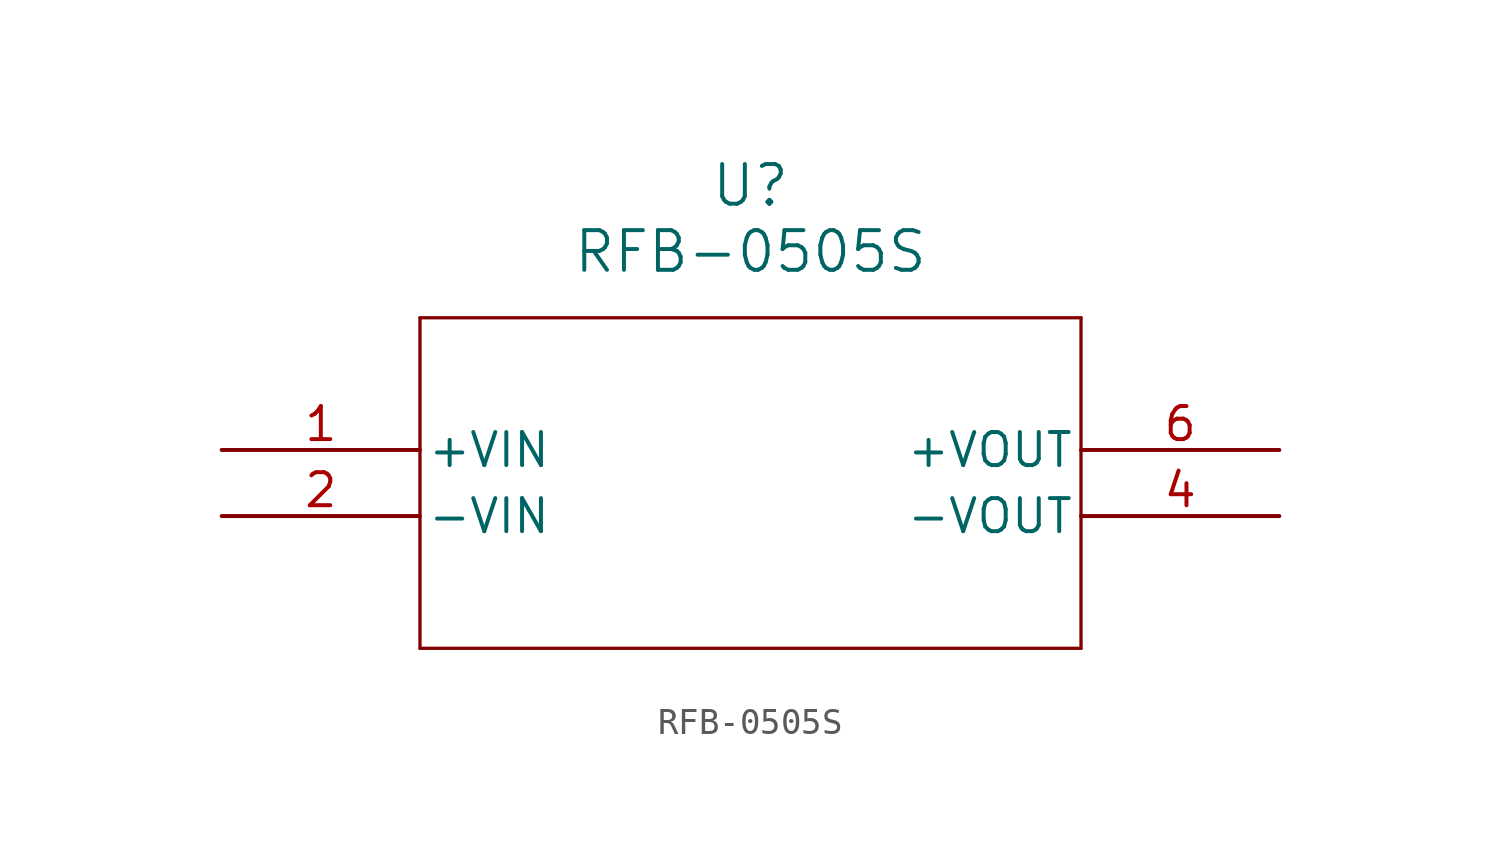
<source format=kicad_sym>
(kicad_symbol_lib
  (version 20241209)
  (generator "kicad_symbol_editor")
  (generator_version "9.0")
  (symbol "RFB-0505S"
    (pin_names
      (offset 0.254))
    (property "Reference" "U"
      (at 20.32 10.16 0)
      (effects (font (size 1.524 1.524))))
    (property "Value" "RFB-0505S"
      (at 20.32 7.62 0)
      (effects (font (size 1.524 1.524))))
    (property "ki_locked" ""
      (at 0 0 0)
      (effects (font (size 1.27 1.27))))
    (symbol "RFB-0505S_0_1"
      (polyline (pts (xy 7.62 5.08) (xy 7.62 -7.62)) (stroke (width 0.127) (type default)) (fill (type none)))
      (polyline (pts (xy 7.62 -7.62) (xy 33.02 -7.62)) (stroke (width 0.127) (type default)) (fill (type none)))
      (polyline (pts (xy 33.02 5.08) (xy 7.62 5.08)) (stroke (width 0.127) (type default)) (fill (type none)))
      (polyline (pts (xy 33.02 -7.62) (xy 33.02 5.08)) (stroke (width 0.127) (type default)) (fill (type none)))
      (pin power_in line (at 0 0 0) (length 7.62) (name "+VIN" (effects (font (size 1.27 1.27)))) (number "1" (effects (font (size 1.27 1.27)))))
      (pin power_in line (at 0 -2.54 0) (length 7.62) (name "-VIN" (effects (font (size 1.27 1.27)))) (number "2" (effects (font (size 1.27 1.27)))))
      (pin output line (at 40.64 0 180) (length 7.62) (name "+VOUT" (effects (font (size 1.27 1.27)))) (number "6" (effects (font (size 1.27 1.27)))))
      (pin output line (at 40.64 -2.54 180) (length 7.62) (name "-VOUT" (effects (font (size 1.27 1.27)))) (number "4" (effects (font (size 1.27 1.27))))))))
</source>
